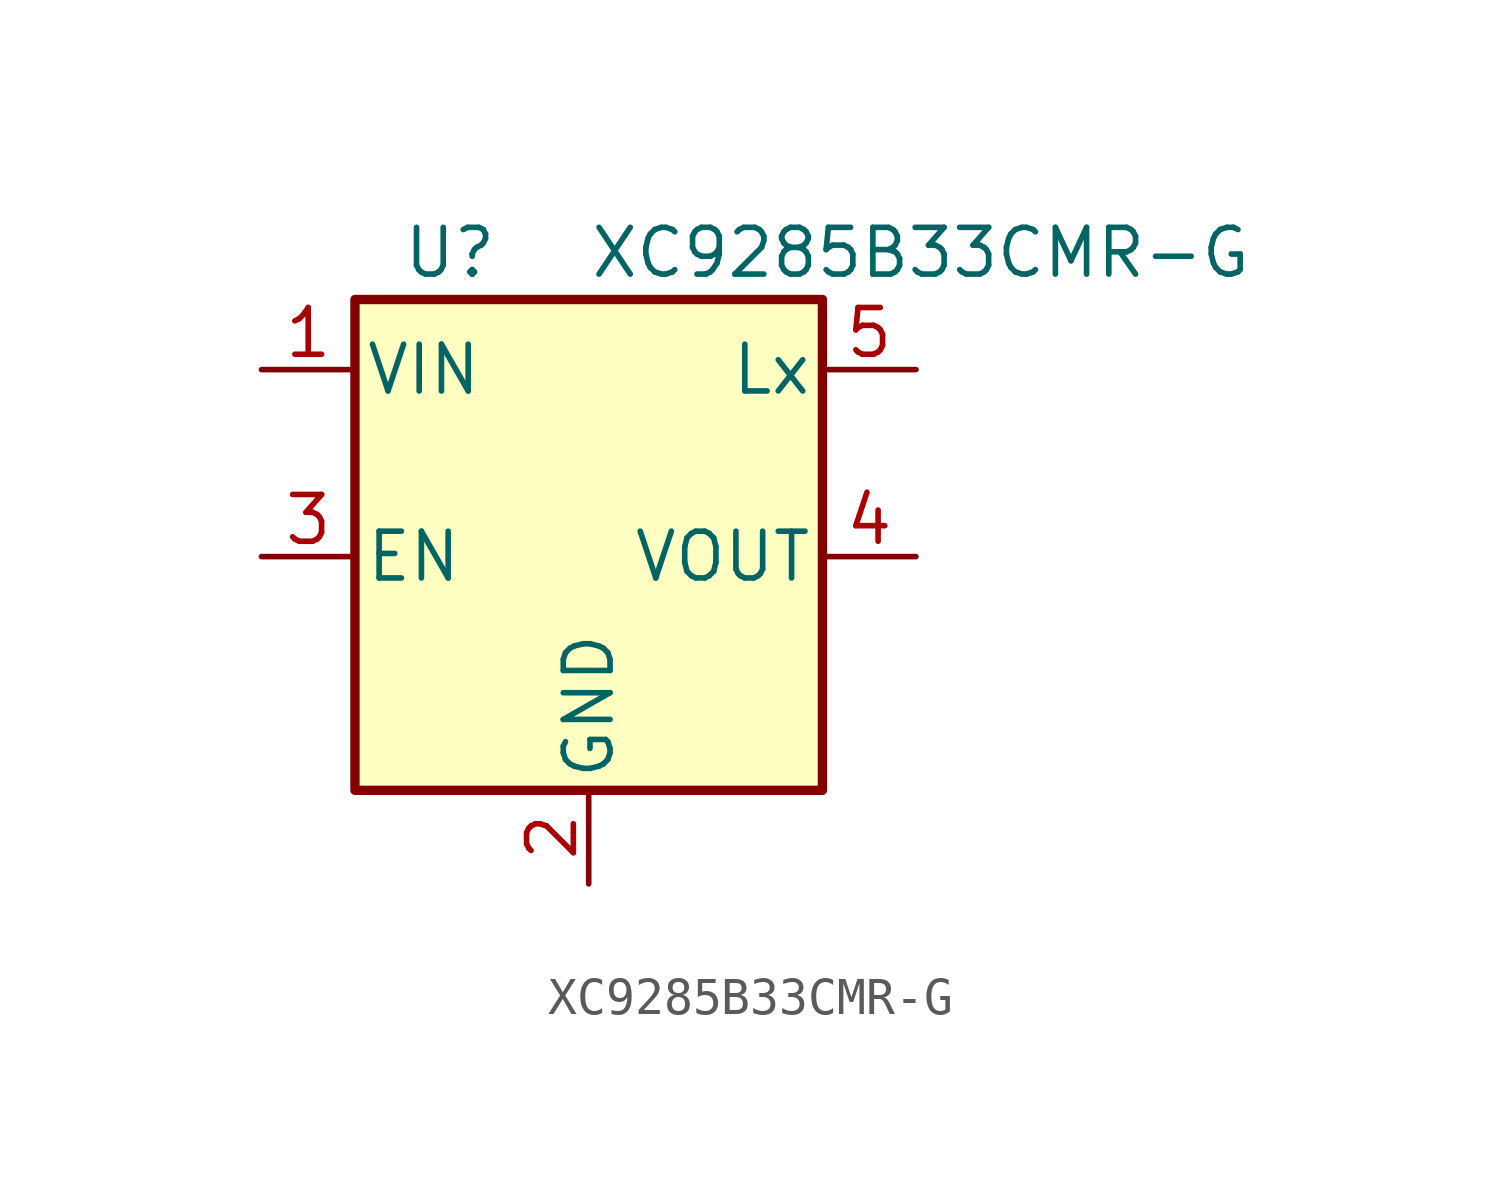
<source format=kicad_sym>
(kicad_symbol_lib
  (version 20241209)
  (generator "kicad_symbol_editor")
  (generator_version "9.0")
  (symbol "XC9285B33CMR-G"
    (pin_names
      (offset 0.254))
    (property "Reference" "U"
      (at -5.08 8.255 0)
      (effects (font (size 1.27 1.27)) (justify left)))
    (property "Value" "XC9285B33CMR-G"
      (at 0 8.255 0)
      (effects (font (size 1.27 1.27)) (justify left)))
    (symbol "XC9285B33CMR-G_0_1"
      (rectangle (start -6.35 6.985) (end 6.35 -6.35) (stroke (width 0.254) (type default)) (fill (type background))))
    (symbol "XC9285B33CMR-G_1_0"
      (pin input line (at -8.89 0 0) (length 2.54) (name "EN" (effects (font (size 1.27 1.27)))) (number "3" (effects (font (size 1.27 1.27))))))
    (symbol "XC9285B33CMR-G_1_1"
      (pin power_in line (at -8.89 5.08 0) (length 2.54) (name "VIN" (effects (font (size 1.27 1.27)))) (number "1" (effects (font (size 1.27 1.27)))))
      (pin power_in line (at 0 -8.89 90) (length 2.54) (name "GND" (effects (font (size 1.27 1.27)))) (number "2" (effects (font (size 1.27 1.27)))))
      (pin power_out line (at 8.89 5.08 180) (length 2.54) (name "Lx" (effects (font (size 1.27 1.27)))) (number "5" (effects (font (size 1.27 1.27)))))
      (pin power_out line (at 8.89 0 180) (length 2.54) (name "VOUT" (effects (font (size 1.27 1.27)))) (number "4" (effects (font (size 1.27 1.27))))))))
</source>
